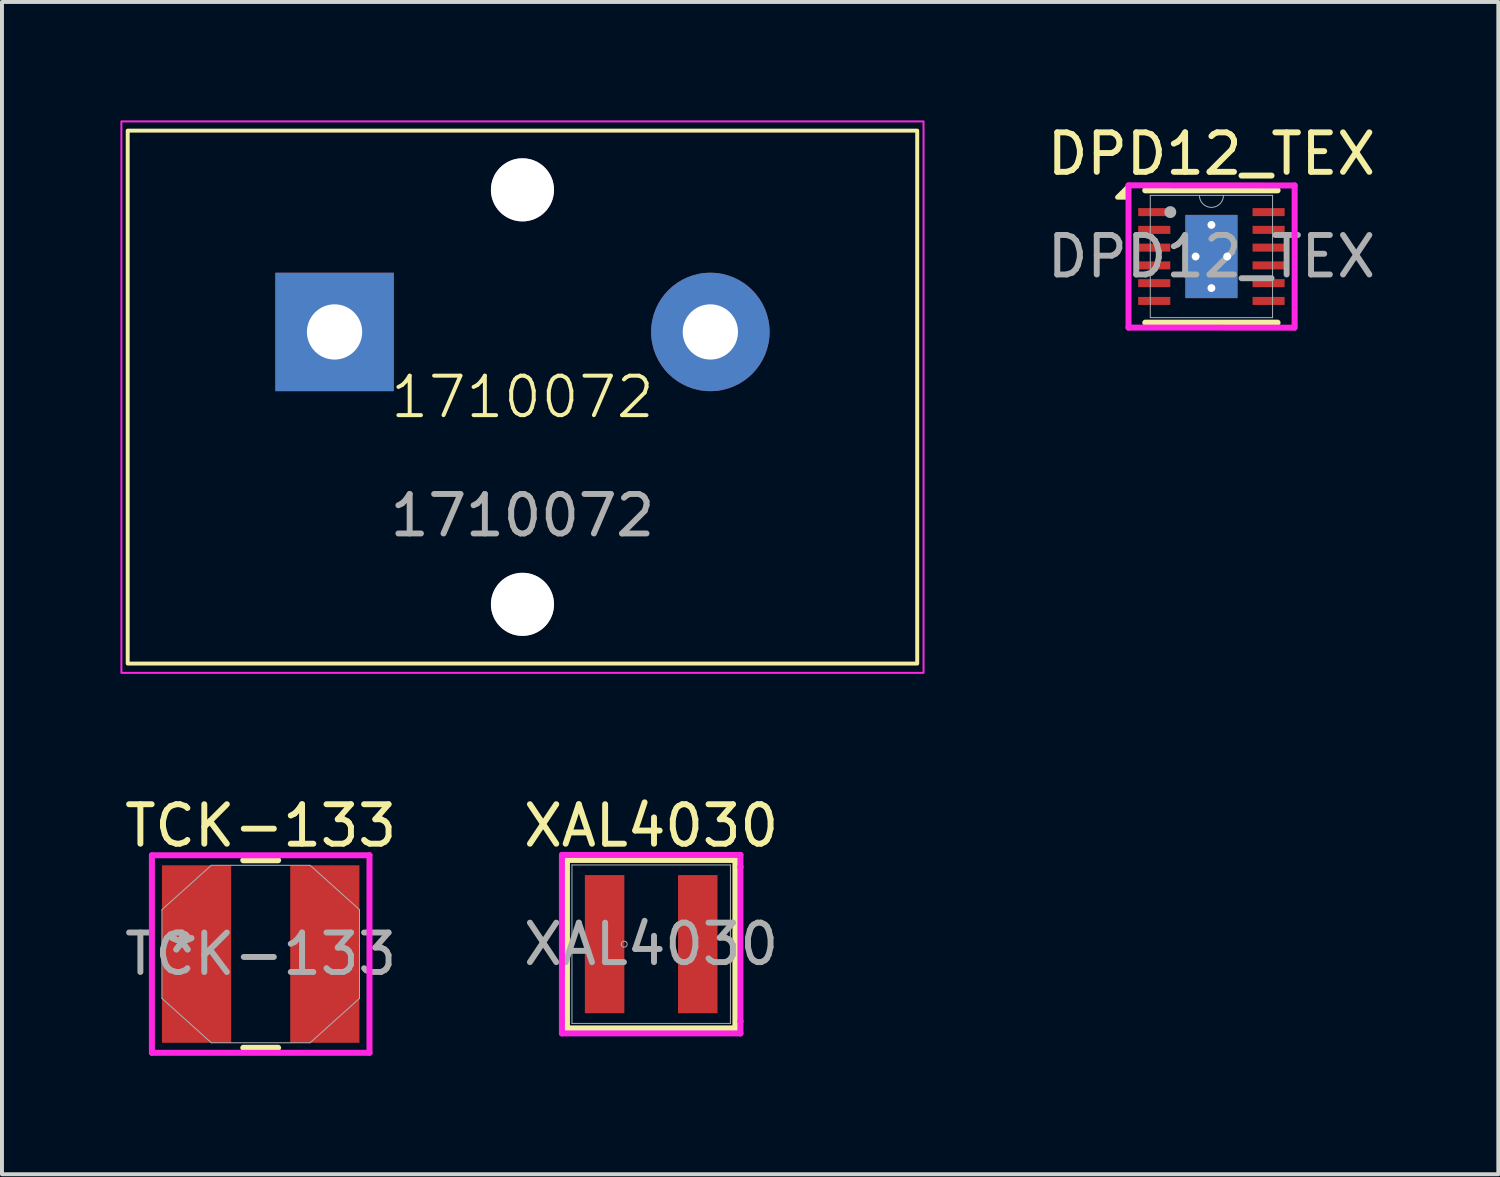
<source format=kicad_pcb>
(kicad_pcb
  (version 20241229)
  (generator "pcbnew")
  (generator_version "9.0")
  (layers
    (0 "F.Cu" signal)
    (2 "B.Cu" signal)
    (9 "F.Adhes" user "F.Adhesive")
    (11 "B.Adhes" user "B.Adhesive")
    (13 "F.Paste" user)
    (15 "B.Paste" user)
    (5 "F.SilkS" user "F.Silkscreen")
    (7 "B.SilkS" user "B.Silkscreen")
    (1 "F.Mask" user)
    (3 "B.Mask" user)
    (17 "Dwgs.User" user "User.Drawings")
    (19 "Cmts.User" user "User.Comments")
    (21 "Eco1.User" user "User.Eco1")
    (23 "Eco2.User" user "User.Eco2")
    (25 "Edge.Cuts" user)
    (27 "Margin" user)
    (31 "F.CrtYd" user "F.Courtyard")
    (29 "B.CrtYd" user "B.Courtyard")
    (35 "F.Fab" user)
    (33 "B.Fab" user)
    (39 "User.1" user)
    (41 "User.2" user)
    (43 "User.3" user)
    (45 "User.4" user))
  (footprint "XAL4030"
    (layer "F.Cu")
    (at 13.446 20.868)
    (property "Reference" "XAL4030" (at 0 -3 0) (unlocked yes) (layer "F.SilkS") (effects (font (size 1 1) (thickness 0.15))))
    (attr smd)
    (fp_line (start -2.134 -2.134) (end -2.134 2.134) (stroke (width 0.152) (type solid)) (layer "F.SilkS"))
    (fp_line (start -2.134 2.134) (end 2.134 2.134) (stroke (width 0.152) (type solid)) (layer "F.SilkS"))
    (fp_line (start 2.134 -2.134) (end -2.134 -2.134) (stroke (width 0.152) (type solid)) (layer "F.SilkS"))
    (fp_line (start 2.134 2.134) (end 2.134 -2.134) (stroke (width 0.152) (type solid)) (layer "F.SilkS"))
    (fp_line (start -2.261 -2.261) (end 2.261 -2.261) (stroke (width 0.152) (type solid)) (layer "F.CrtYd"))
    (fp_line (start -2.261 -1.956) (end -2.261 -2.261) (stroke (width 0.152) (type solid)) (layer "F.CrtYd"))
    (fp_line (start -2.261 -1.956) (end -2.261 -1.956) (stroke (width 0.152) (type solid)) (layer "F.CrtYd"))
    (fp_line (start -2.261 1.956) (end -2.261 -1.956) (stroke (width 0.152) (type solid)) (layer "F.CrtYd"))
    (fp_line (start -2.261 1.956) (end -2.261 1.956) (stroke (width 0.152) (type solid)) (layer "F.CrtYd"))
    (fp_line (start -2.261 2.261) (end -2.261 1.956) (stroke (width 0.152) (type solid)) (layer "F.CrtYd"))
    (fp_line (start 2.261 -2.261) (end 2.261 -1.956) (stroke (width 0.152) (type solid)) (layer "F.CrtYd"))
    (fp_line (start 2.261 -1.956) (end 2.261 -1.956) (stroke (width 0.152) (type solid)) (layer "F.CrtYd"))
    (fp_line (start 2.261 -1.956) (end 2.261 1.956) (stroke (width 0.152) (type solid)) (layer "F.CrtYd"))
    (fp_line (start 2.261 1.956) (end 2.261 1.956) (stroke (width 0.152) (type solid)) (layer "F.CrtYd"))
    (fp_line (start 2.261 1.956) (end 2.261 2.261) (stroke (width 0.152) (type solid)) (layer "F.CrtYd"))
    (fp_line (start 2.261 2.261) (end -2.261 2.261) (stroke (width 0.152) (type solid)) (layer "F.CrtYd"))
    (fp_line (start -2.007 -2.007) (end -2.007 2.007) (stroke (width 0.025) (type solid)) (layer "F.Fab"))
    (fp_line (start -2.007 2.007) (end 2.007 2.007) (stroke (width 0.025) (type solid)) (layer "F.Fab"))
    (fp_line (start 2.007 -2.007) (end -2.007 -2.007) (stroke (width 0.025) (type solid)) (layer "F.Fab"))
    (fp_line (start 2.007 2.007) (end 2.007 -2.007) (stroke (width 0.025) (type solid)) (layer "F.Fab"))
    (fp_circle (center -0.684 0) (end -0.608 0) (stroke (width 0.025) (type solid)) (fill no) (layer "F.Fab"))
    (fp_text user "${REFERENCE}" (at 0 0 0) (unlocked yes) (layer "F.Fab") (effects (font (size 1 1) (thickness 0.15))))
    (pad "1" smd rect (at -1.18 0) (size 1 3.5) (layers "F.Cu" "F.Mask" "F.Paste"))
    (pad "2" smd rect (at 1.18 0) (size 1 3.5) (layers "F.Cu" "F.Mask" "F.Paste")))
  (footprint "1710072"
    (layer "F.Cu")
    (at 10.185 6.629)
    (property "Reference" "1710072" (at 0 0.38 0) (unlocked yes) (layer "F.SilkS") (effects (font (size 1 1) (thickness 0.1))))
    (attr through_hole)
    (fp_rect (start -10 -6.37) (end 10 7.13) (stroke (width 0.1) (type default)) (fill no) (layer "F.SilkS"))
    (fp_rect (start -10.16 -6.604) (end 10.16 7.366) (stroke (width 0.05) (type default)) (fill no) (layer "F.CrtYd"))
    (fp_text user "${REFERENCE}" (at 0 3.38 0) (unlocked yes) (layer "F.Fab") (effects (font (size 1 1) (thickness 0.15))))
    (pad "" np_thru_hole custom (at 0 -4.87) (size 1.6 1.6) (drill 1.6) (layers "*.Cu" "*.Mask") (options (anchor circle)) (primitives))
    (pad "" np_thru_hole custom (at 0 5.63) (size 1.6 1.6) (drill 1.6) (layers "*.Cu" "*.Mask") (options (anchor circle)) (primitives))
    (pad "1" thru_hole rect (at -4.76 -1.27) (size 3 3) (drill 1.4) (layers "*.Cu" "*.Mask"))
    (pad "2" thru_hole circle (at 4.76 -1.27) (size 3 3) (drill 1.4) (layers "*.Cu" "*.Mask")))
  (footprint "TCK-133"
    (layer "F.Cu")
    (at 3.554 21.118)
    (property "Reference" "TCK-133" (at 0 -3.25 0) (unlocked yes) (layer "F.SilkS") (effects (font (size 1 1) (thickness 0.15))))
    (attr smd)
    (fp_line (start -0.441 2.375) (end 0.441 2.375) (stroke (width 0.152) (type solid)) (layer "F.SilkS"))
    (fp_line (start 0.441 -2.375) (end -0.441 -2.375) (stroke (width 0.152) (type solid)) (layer "F.SilkS"))
    (fp_line (start -2.756 -2.502) (end 2.756 -2.502) (stroke (width 0.152) (type solid)) (layer "F.CrtYd"))
    (fp_line (start -2.756 2.502) (end -2.756 -2.502) (stroke (width 0.152) (type solid)) (layer "F.CrtYd"))
    (fp_line (start 2.756 -2.502) (end 2.756 2.502) (stroke (width 0.152) (type solid)) (layer "F.CrtYd"))
    (fp_line (start 2.756 2.502) (end -2.756 2.502) (stroke (width 0.152) (type solid)) (layer "F.CrtYd"))
    (fp_line (start -2.502 -1.124) (end -2.502 1.124) (stroke (width 0.025) (type solid)) (layer "F.Fab"))
    (fp_line (start -2.502 1.124) (end -1.251 2.248) (stroke (width 0.025) (type solid)) (layer "F.Fab"))
    (fp_line (start -1.251 -2.248) (end -2.502 -1.124) (stroke (width 0.025) (type solid)) (layer "F.Fab"))
    (fp_line (start -1.251 2.248) (end 1.251 2.248) (stroke (width 0.025) (type solid)) (layer "F.Fab"))
    (fp_line (start 1.251 -2.248) (end -1.251 -2.248) (stroke (width 0.025) (type solid)) (layer "F.Fab"))
    (fp_line (start 1.251 2.248) (end 2.502 1.124) (stroke (width 0.025) (type solid)) (layer "F.Fab"))
    (fp_line (start 2.502 -1.124) (end 1.251 -2.248) (stroke (width 0.025) (type solid)) (layer "F.Fab"))
    (fp_line (start 2.502 1.124) (end 2.502 -1.124) (stroke (width 0.025) (type solid)) (layer "F.Fab"))
    (fp_text user "${REFERENCE}" (at 0 0 0) (unlocked yes) (layer "F.Fab") (effects (font (size 1 1) (thickness 0.15))))
    (fp_text user "*" (at -1.994 0 0) (unlocked yes) (layer "F.Fab") (effects (font (size 1 1) (thickness 0.15))))
    (fp_text user "*" (at -1.994 0 0) (layer "F.Fab") (effects (font (size 1 1) (thickness 0.15))))
    (pad "1" smd rect (at -1.625 0) (size 1.753 4.496) (layers "F.Cu" "F.Mask" "F.Paste"))
    (pad "2" smd rect (at 1.625 0) (size 1.753 4.496) (layers "F.Cu" "F.Mask" "F.Paste")))
  (footprint "DPD12_TEX"
    (layer "F.Cu")
    (at 27.638 3.448)
    (property "Reference" "DPD12_TEX" (at 0 -2.6 0) (unlocked yes) (layer "F.SilkS") (effects (font (size 1 1) (thickness 0.15))))
    (attr smd)
    (fp_line (start -1.676 1.676) (end 1.676 1.676) (stroke (width 0.152) (type solid)) (layer "F.SilkS"))
    (fp_line (start 1.676 -1.676) (end -1.676 -1.676) (stroke (width 0.152) (type solid)) (layer "F.SilkS"))
    (fp_poly (pts (xy -2.1 -1.5) (xy -2.38 -1.5) (xy -2.1 -1.78) (xy -2.1 -1.5)) (stroke (width 0.12) (type solid)) (fill yes) (layer "F.SilkS"))
    (fp_line (start -2.1 -1.803) (end 2.108 -1.8) (stroke (width 0.152) (type solid)) (layer "F.CrtYd"))
    (fp_line (start -2.1 1.8) (end -2.1 -1.8) (stroke (width 0.152) (type solid)) (layer "F.CrtYd"))
    (fp_line (start 2.1 1.803) (end -2.1 1.8) (stroke (width 0.152) (type solid)) (layer "F.CrtYd"))
    (fp_line (start 2.108 -1.8) (end 2.108 1.8) (stroke (width 0.152) (type solid)) (layer "F.CrtYd"))
    (fp_line (start -1.549 -1.549) (end -1.549 1.549) (stroke (width 0.025) (type solid)) (layer "F.Fab"))
    (fp_line (start -1.549 1.549) (end 1.549 1.549) (stroke (width 0.025) (type solid)) (layer "F.Fab"))
    (fp_line (start 1.549 -1.549) (end -1.549 -1.549) (stroke (width 0.025) (type solid)) (layer "F.Fab"))
    (fp_line (start 1.549 1.549) (end 1.549 -1.549) (stroke (width 0.025) (type solid)) (layer "F.Fab"))
    (fp_arc (start 0.3048 -1.5494) (mid 0 -1.2446) (end -0.3048 -1.5494) (stroke (width 0.0254) (type solid)) (layer "F.Fab"))
    (fp_circle (center -1.041 -1.125) (end -0.965 -1.125) (stroke (width 0.152) (type solid)) (fill no) (layer "F.Fab"))
    (fp_text user "${REFERENCE}" (at 0 0 0) (unlocked yes) (layer "F.Fab") (effects (font (size 1 1) (thickness 0.15))))
    (pad "1" smd rect (at -1.448 -1.125) (size 0.813 0.203) (layers "F.Cu" "F.Mask" "F.Paste"))
    (pad "2" smd rect (at -1.448 -0.675) (size 0.813 0.203) (layers "F.Cu" "F.Mask" "F.Paste"))
    (pad "3" smd rect (at -1.448 -0.225) (size 0.813 0.203) (layers "F.Cu" "F.Mask" "F.Paste"))
    (pad "4" smd rect (at -1.448 0.225) (size 0.813 0.203) (layers "F.Cu" "F.Mask" "F.Paste"))
    (pad "5" smd rect (at -1.448 0.675) (size 0.813 0.203) (layers "F.Cu" "F.Mask" "F.Paste"))
    (pad "6" smd rect (at -1.448 1.125) (size 0.813 0.203) (layers "F.Cu" "F.Mask" "F.Paste"))
    (pad "7" smd rect (at 1.448 1.125) (size 0.813 0.203) (layers "F.Cu" "F.Mask" "F.Paste"))
    (pad "8" smd rect (at 1.448 0.675) (size 0.813 0.203) (layers "F.Cu" "F.Mask" "F.Paste"))
    (pad "9" smd rect (at 1.448 0.225) (size 0.813 0.203) (layers "F.Cu" "F.Mask" "F.Paste"))
    (pad "10" smd rect (at 1.448 -0.225) (size 0.813 0.203) (layers "F.Cu" "F.Mask" "F.Paste"))
    (pad "11" smd rect (at 1.448 -0.675) (size 0.813 0.203) (layers "F.Cu" "F.Mask" "F.Paste"))
    (pad "12" smd rect (at 1.448 -1.125) (size 0.813 0.203) (layers "F.Cu" "F.Mask" "F.Paste"))
    (pad "13" thru_hole circle (at -0.4 0) (size 0.5 0.5) (drill 0.2) (layers "*.Cu"))
    (pad "13" thru_hole circle (at 0 -0.8) (size 0.5 0.5) (drill 0.2) (layers "*.Cu"))
    (pad "13" smd rect (at 0 0) (size 1.321 2.108) (layers "F.Cu" "F.Mask" "F.Paste"))
    (pad "13" smd rect (at 0 0) (size 1.321 2.108) (layers "B.Cu"))
    (pad "13" thru_hole circle (at 0 0.8) (size 0.5 0.5) (drill 0.2) (layers "*.Cu"))
    (pad "13" thru_hole circle (at 0.4 0) (size 0.5 0.5) (drill 0.2) (layers "*.Cu")))
  (gr_rect
    (start -3 -3)
    (end 34.906 26.696)
    (stroke (width 0.1) (type default))
    (fill no)
    (layer "Edge.Cuts")))
</source>
